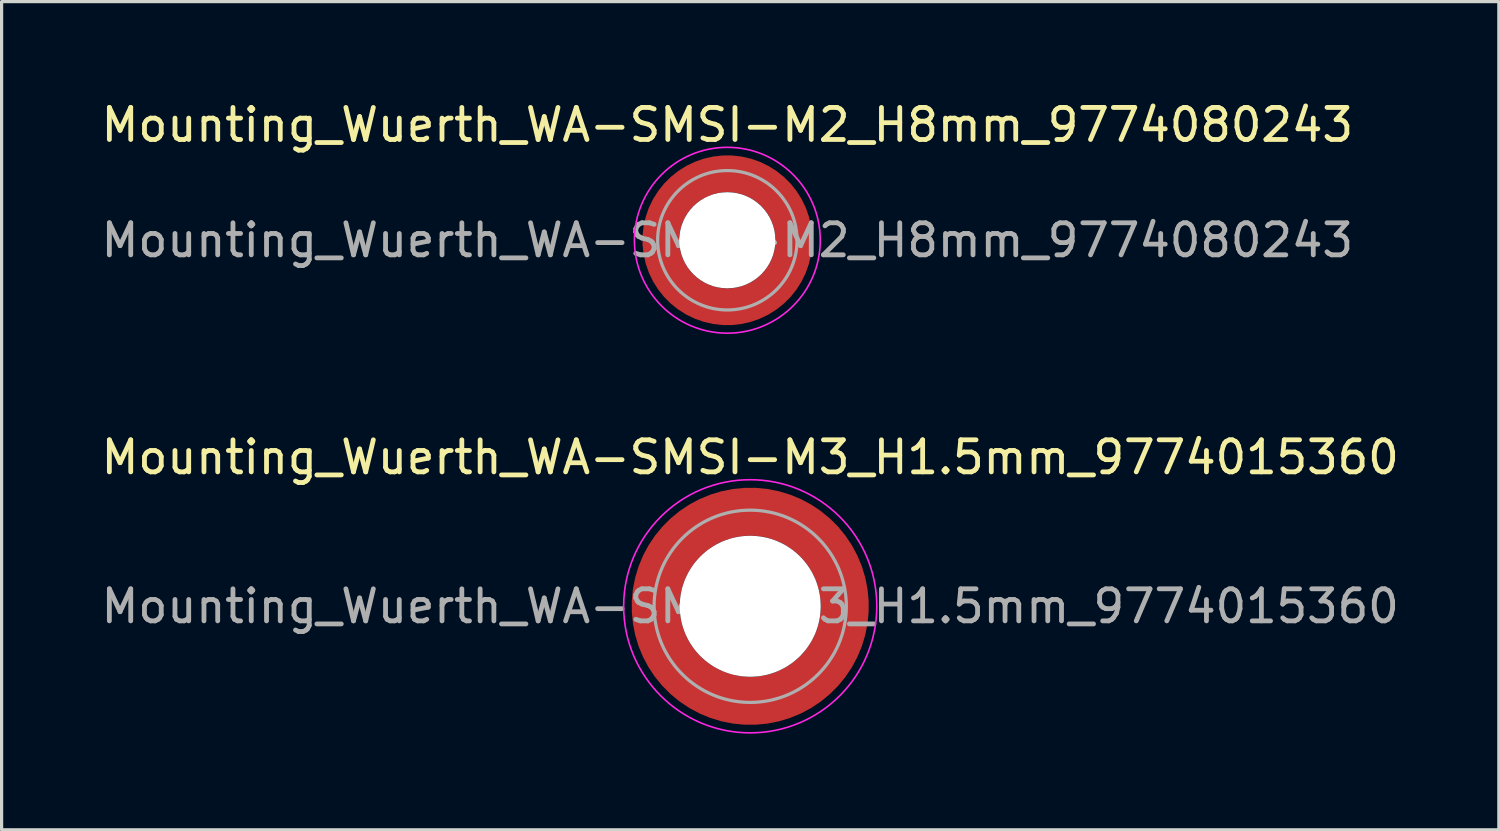
<source format=kicad_pcb>
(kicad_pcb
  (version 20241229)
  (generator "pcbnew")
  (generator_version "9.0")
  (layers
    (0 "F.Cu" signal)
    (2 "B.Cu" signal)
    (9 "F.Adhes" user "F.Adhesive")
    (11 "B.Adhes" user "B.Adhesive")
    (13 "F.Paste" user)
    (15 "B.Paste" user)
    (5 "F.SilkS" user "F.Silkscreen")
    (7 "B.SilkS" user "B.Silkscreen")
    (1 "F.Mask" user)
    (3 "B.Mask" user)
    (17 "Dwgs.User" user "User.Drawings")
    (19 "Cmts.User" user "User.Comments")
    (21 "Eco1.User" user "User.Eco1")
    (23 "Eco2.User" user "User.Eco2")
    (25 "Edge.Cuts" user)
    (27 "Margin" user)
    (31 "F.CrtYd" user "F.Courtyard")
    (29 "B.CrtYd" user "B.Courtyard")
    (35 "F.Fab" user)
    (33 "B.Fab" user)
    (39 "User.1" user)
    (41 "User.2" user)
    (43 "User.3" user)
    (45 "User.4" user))
  (footprint "Mounting_Wuerth_WA-SMSI-M3_H1.5mm_9774015360"
    (layer "F.Cu")
    (at 20.363 15.871)
    (property "Reference" "Mounting_Wuerth_WA-SMSI-M3_H1.5mm_9774015360" (at 0 -4.65 0) (layer "F.SilkS") (effects (font (size 1 1) (thickness 0.15))))
    (attr smd)
    (fp_circle (center 0 0) (end 3.95 0) (stroke (width 0.05) (type solid)) (fill no) (layer "F.CrtYd"))
    (fp_circle (center 0 0) (end 3 0) (stroke (width 0.1) (type solid)) (fill no) (layer "F.Fab"))
    (fp_text user "${REFERENCE}" (at 0 0 0) (layer "F.Fab") (effects (font (size 1 1) (thickness 0.15))))
    (pad "" smd custom (at -2.058 -2.058) (size 0.7 0.7) (layers "F.Paste") (options (anchor circle)) (primitives (gr_arc (start -0.377294 1.707681) (mid 0.318198 0.318198) (end 1.707681 -0.377294) (width 0.2)) (gr_arc (start -0.478281 1.707681) (mid 0.247487 0.247487) (end 1.707681 -0.478281) (width 0.2)) (gr_arc (start -0.579192 1.707681) (mid 0.176777 0.176777) (end 1.707681 -0.579192) (width 0.2)) (gr_arc (start -0.680037 1.707681) (mid 0.106066 0.106066) (end 1.707681 -0.680037) (width 0.2)) (gr_arc (start -0.780822 1.707681) (mid 0.035356 0.035356) (end 1.707681 -0.780822) (width 0.2)) (gr_arc (start -0.881554 1.707681) (mid -0.035355 -0.035355) (end 1.707681 -0.881554) (width 0.2)) (gr_arc (start -0.982237 1.707681) (mid -0.106066 -0.106066) (end 1.707681 -0.982237) (width 0.2)) (gr_arc (start -1.082877 1.707681) (mid -0.176777 -0.176777) (end 1.707681 -1.082877) (width 0.2)) (gr_arc (start -1.183476 1.707681) (mid -0.247487 -0.247487) (end 1.707681 -1.183476) (width 0.2)) (gr_arc (start -1.28404 1.707681) (mid -0.318198 -0.318198) (end 1.707681 -1.28404) (width 0.2)) (gr_line (start 1.708 -0.377) (end 1.708 -1.284) (width 0.2)) (gr_line (start -0.377 1.708) (end -1.284 1.708) (width 0.2))))
    (pad "" smd custom (at -2.058 2.058) (size 0.7 0.7) (layers "F.Paste") (options (anchor circle)) (primitives (gr_arc (start 1.707681 0.377294) (mid 0.318198 -0.318198) (end -0.377294 -1.707681) (width 0.2)) (gr_arc (start 1.707681 0.478281) (mid 0.247487 -0.247487) (end -0.478281 -1.707681) (width 0.2)) (gr_arc (start 1.707681 0.579192) (mid 0.176777 -0.176777) (end -0.579192 -1.707681) (width 0.2)) (gr_arc (start 1.707681 0.680037) (mid 0.106066 -0.106066) (end -0.680037 -1.707681) (width 0.2)) (gr_arc (start 1.707681 0.780822) (mid 0.035356 -0.035356) (end -0.780822 -1.707681) (width 0.2)) (gr_arc (start 1.707681 0.881554) (mid -0.035355 0.035355) (end -0.881554 -1.707681) (width 0.2)) (gr_arc (start 1.707681 0.982237) (mid -0.106066 0.106066) (end -0.982237 -1.707681) (width 0.2)) (gr_arc (start 1.707681 1.082877) (mid -0.176777 0.176777) (end -1.082877 -1.707681) (width 0.2)) (gr_arc (start 1.707681 1.183476) (mid -0.247487 0.247487) (end -1.183476 -1.707681) (width 0.2)) (gr_arc (start 1.707681 1.28404) (mid -0.318198 0.318198) (end -1.28404 -1.707681) (width 0.2)) (gr_line (start -0.377 -1.708) (end -1.284 -1.708) (width 0.2)) (gr_line (start 1.708 0.377) (end 1.708 1.284) (width 0.2))))
    (pad "" np_thru_hole circle (at 0 0) (size 4.4 4.4) (drill 4.4) (layers "*.Cu" "*.Mask"))
    (pad "" smd custom (at 2.058 -2.058) (size 0.7 0.7) (layers "F.Paste") (options (anchor circle)) (primitives (gr_arc (start -1.707681 -0.377294) (mid -0.318198 0.318198) (end 0.377294 1.707681) (width 0.2)) (gr_arc (start -1.707681 -0.478281) (mid -0.247487 0.247487) (end 0.478281 1.707681) (width 0.2)) (gr_arc (start -1.707681 -0.579192) (mid -0.176777 0.176777) (end 0.579192 1.707681) (width 0.2)) (gr_arc (start -1.707681 -0.680037) (mid -0.106066 0.106066) (end 0.680037 1.707681) (width 0.2)) (gr_arc (start -1.707681 -0.780822) (mid -0.035356 0.035356) (end 0.780822 1.707681) (width 0.2)) (gr_arc (start -1.707681 -0.881554) (mid 0.035355 -0.035355) (end 0.881554 1.707681) (width 0.2)) (gr_arc (start -1.707681 -0.982237) (mid 0.106066 -0.106066) (end 0.982237 1.707681) (width 0.2)) (gr_arc (start -1.707681 -1.082877) (mid 0.176777 -0.176777) (end 1.082877 1.707681) (width 0.2)) (gr_arc (start -1.707681 -1.183476) (mid 0.247487 -0.247487) (end 1.183476 1.707681) (width 0.2)) (gr_arc (start -1.707681 -1.28404) (mid 0.318198 -0.318198) (end 1.28404 1.707681) (width 0.2)) (gr_line (start 0.377 1.708) (end 1.284 1.708) (width 0.2)) (gr_line (start -1.708 -0.377) (end -1.708 -1.284) (width 0.2))))
    (pad "" smd custom (at 2.058 2.058) (size 0.7 0.7) (layers "F.Paste") (options (anchor circle)) (primitives (gr_arc (start 0.377294 -1.707681) (mid -0.318198 -0.318198) (end -1.707681 0.377294) (width 0.2)) (gr_arc (start 0.478281 -1.707681) (mid -0.247487 -0.247487) (end -1.707681 0.478281) (width 0.2)) (gr_arc (start 0.579192 -1.707681) (mid -0.176777 -0.176777) (end -1.707681 0.579192) (width 0.2)) (gr_arc (start 0.680037 -1.707681) (mid -0.106066 -0.106066) (end -1.707681 0.680037) (width 0.2)) (gr_arc (start 0.780822 -1.707681) (mid -0.035356 -0.035356) (end -1.707681 0.780822) (width 0.2)) (gr_arc (start 0.881554 -1.707681) (mid 0.035355 0.035355) (end -1.707681 0.881554) (width 0.2)) (gr_arc (start 0.982237 -1.707681) (mid 0.106066 0.106066) (end -1.707681 0.982237) (width 0.2)) (gr_arc (start 1.082877 -1.707681) (mid 0.176777 0.176777) (end -1.707681 1.082877) (width 0.2)) (gr_arc (start 1.183476 -1.707681) (mid 0.247487 0.247487) (end -1.707681 1.183476) (width 0.2)) (gr_arc (start 1.28404 -1.707681) (mid 0.318198 0.318198) (end -1.707681 1.28404) (width 0.2)) (gr_line (start -1.708 0.377) (end -1.708 1.284) (width 0.2)) (gr_line (start 0.377 -1.708) (end 1.284 -1.708) (width 0.2))))
    (pad "1" smd circle (at -2.95 0) (size 1.1 1.1) (layers "F.Cu"))
    (pad "1" smd circle (at 0 -2.95) (size 1.1 1.1) (layers "F.Cu"))
    (pad "1" smd circle (at 0 2.95) (size 1.1 1.1) (layers "F.Cu"))
    (pad "1" smd custom (at 2.95 0) (size 1.1 1.1) (layers "F.Cu" "F.Mask") (options (anchor circle)) (primitives (gr_circle (center -2.95 0) (end 0 0) (width 1.5) (fill no)))))
  (footprint "Mounting_Wuerth_WA-SMSI-M2_H8mm_9774080243"
    (layer "F.Cu")
    (at 19.649 4.448)
    (property "Reference" "Mounting_Wuerth_WA-SMSI-M2_H8mm_9774080243" (at 0 -3.6 0) (layer "F.SilkS") (effects (font (size 1 1) (thickness 0.15))))
    (attr smd)
    (fp_circle (center 0 0) (end 2.9 0) (stroke (width 0.05) (type solid)) (fill no) (layer "F.CrtYd"))
    (fp_circle (center 0 0) (end 2.175 0) (stroke (width 0.1) (type solid)) (fill no) (layer "F.Fab"))
    (fp_text user "${REFERENCE}" (at 0 0 0) (layer "F.Fab") (effects (font (size 1 1) (thickness 0.15))))
    (pad "" smd custom (at -1.453 -1.453) (size 0.61 0.61) (layers "F.Paste") (options (anchor circle)) (primitives (gr_arc (start -0.147677 1.053104) (mid 0.286378 0.286378) (end 1.053104 -0.147677) (width 0.2)) (gr_arc (start -0.240295 1.053104) (mid 0.222738 0.222738) (end 1.053104 -0.240295) (width 0.2)) (gr_arc (start -0.332645 1.053104) (mid 0.159099 0.159099) (end 1.053104 -0.332645) (width 0.2)) (gr_arc (start -0.424767 1.053104) (mid 0.095459 0.095459) (end 1.053104 -0.424767) (width 0.2)) (gr_arc (start -0.516693 1.053104) (mid 0.031819 0.031819) (end 1.053104 -0.516693) (width 0.2)) (gr_arc (start -0.608448 1.053104) (mid -0.03182 -0.03182) (end 1.053104 -0.608448) (width 0.2)) (gr_arc (start -0.700056 1.053104) (mid -0.09546 -0.09546) (end 1.053104 -0.700056) (width 0.2)) (gr_arc (start -0.791534 1.053104) (mid -0.159099 -0.159099) (end 1.053104 -0.791534) (width 0.2)) (gr_arc (start -0.882896 1.053104) (mid -0.222738 -0.222738) (end 1.053104 -0.882896) (width 0.2)) (gr_arc (start -0.974157 1.053104) (mid -0.286378 -0.286378) (end 1.053104 -0.974157) (width 0.2)) (gr_line (start 1.053 -0.148) (end 1.053 -0.974) (width 0.2)) (gr_line (start -0.148 1.053) (end -0.974 1.053) (width 0.2))))
    (pad "" smd custom (at -1.453 1.453) (size 0.61 0.61) (layers "F.Paste") (options (anchor circle)) (primitives (gr_arc (start 1.053104 0.147677) (mid 0.286378 -0.286378) (end -0.147677 -1.053104) (width 0.2)) (gr_arc (start 1.053104 0.240295) (mid 0.222738 -0.222738) (end -0.240295 -1.053104) (width 0.2)) (gr_arc (start 1.053104 0.332645) (mid 0.159099 -0.159099) (end -0.332645 -1.053104) (width 0.2)) (gr_arc (start 1.053104 0.424767) (mid 0.095459 -0.095459) (end -0.424767 -1.053104) (width 0.2)) (gr_arc (start 1.053104 0.516693) (mid 0.031819 -0.031819) (end -0.516693 -1.053104) (width 0.2)) (gr_arc (start 1.053104 0.608448) (mid -0.03182 0.03182) (end -0.608448 -1.053104) (width 0.2)) (gr_arc (start 1.053104 0.700056) (mid -0.09546 0.09546) (end -0.700056 -1.053104) (width 0.2)) (gr_arc (start 1.053104 0.791534) (mid -0.159099 0.159099) (end -0.791534 -1.053104) (width 0.2)) (gr_arc (start 1.053104 0.882896) (mid -0.222738 0.222738) (end -0.882896 -1.053104) (width 0.2)) (gr_arc (start 1.053104 0.974157) (mid -0.286378 0.286378) (end -0.974157 -1.053104) (width 0.2)) (gr_line (start -0.148 -1.053) (end -0.974 -1.053) (width 0.2)) (gr_line (start 1.053 0.148) (end 1.053 0.974) (width 0.2))))
    (pad "" np_thru_hole circle (at 0 0) (size 3 3) (drill 3) (layers "*.Cu" "*.Mask"))
    (pad "" smd custom (at 1.453 -1.453) (size 0.61 0.61) (layers "F.Paste") (options (anchor circle)) (primitives (gr_arc (start -1.053104 -0.147677) (mid -0.286378 0.286378) (end 0.147677 1.053104) (width 0.2)) (gr_arc (start -1.053104 -0.240295) (mid -0.222738 0.222738) (end 0.240295 1.053104) (width 0.2)) (gr_arc (start -1.053104 -0.332645) (mid -0.159099 0.159099) (end 0.332645 1.053104) (width 0.2)) (gr_arc (start -1.053104 -0.424767) (mid -0.095459 0.095459) (end 0.424767 1.053104) (width 0.2)) (gr_arc (start -1.053104 -0.516693) (mid -0.031819 0.031819) (end 0.516693 1.053104) (width 0.2)) (gr_arc (start -1.053104 -0.608448) (mid 0.03182 -0.03182) (end 0.608448 1.053104) (width 0.2)) (gr_arc (start -1.053104 -0.700056) (mid 0.09546 -0.09546) (end 0.700056 1.053104) (width 0.2)) (gr_arc (start -1.053104 -0.791534) (mid 0.159099 -0.159099) (end 0.791534 1.053104) (width 0.2)) (gr_arc (start -1.053104 -0.882896) (mid 0.222738 -0.222738) (end 0.882896 1.053104) (width 0.2)) (gr_arc (start -1.053104 -0.974157) (mid 0.286378 -0.286378) (end 0.974157 1.053104) (width 0.2)) (gr_line (start 0.148 1.053) (end 0.974 1.053) (width 0.2)) (gr_line (start -1.053 -0.148) (end -1.053 -0.974) (width 0.2))))
    (pad "" smd custom (at 1.453 1.453) (size 0.61 0.61) (layers "F.Paste") (options (anchor circle)) (primitives (gr_arc (start 0.147677 -1.053104) (mid -0.286378 -0.286378) (end -1.053104 0.147677) (width 0.2)) (gr_arc (start 0.240295 -1.053104) (mid -0.222738 -0.222738) (end -1.053104 0.240295) (width 0.2)) (gr_arc (start 0.332645 -1.053104) (mid -0.159099 -0.159099) (end -1.053104 0.332645) (width 0.2)) (gr_arc (start 0.424767 -1.053104) (mid -0.095459 -0.095459) (end -1.053104 0.424767) (width 0.2)) (gr_arc (start 0.516693 -1.053104) (mid -0.031819 -0.031819) (end -1.053104 0.516693) (width 0.2)) (gr_arc (start 0.608448 -1.053104) (mid 0.03182 0.03182) (end -1.053104 0.608448) (width 0.2)) (gr_arc (start 0.700056 -1.053104) (mid 0.09546 0.09546) (end -1.053104 0.700056) (width 0.2)) (gr_arc (start 0.791534 -1.053104) (mid 0.159099 0.159099) (end -1.053104 0.791534) (width 0.2)) (gr_arc (start 0.882896 -1.053104) (mid 0.222738 0.222738) (end -1.053104 0.882896) (width 0.2)) (gr_arc (start 0.974157 -1.053104) (mid 0.286378 0.286378) (end -1.053104 0.974157) (width 0.2)) (gr_line (start -1.053 0.148) (end -1.053 0.974) (width 0.2)) (gr_line (start 0.148 -1.053) (end 0.974 -1.053) (width 0.2))))
    (pad "1" smd circle (at -2.075 0) (size 0.75 0.75) (layers "F.Cu"))
    (pad "1" smd circle (at 0 -2.075) (size 0.75 0.75) (layers "F.Cu"))
    (pad "1" smd circle (at 0 2.075) (size 0.75 0.75) (layers "F.Cu"))
    (pad "1" smd custom (at 2.075 0) (size 0.75 0.75) (layers "F.Cu" "F.Mask") (options (anchor circle)) (primitives (gr_circle (center -2.075 0) (end 0 0) (width 1.15) (fill no)))))
  (gr_rect
    (start -3 -3)
    (end 43.726 22.846)
    (stroke (width 0.1) (type default))
    (fill no)
    (layer "Edge.Cuts")))
</source>
